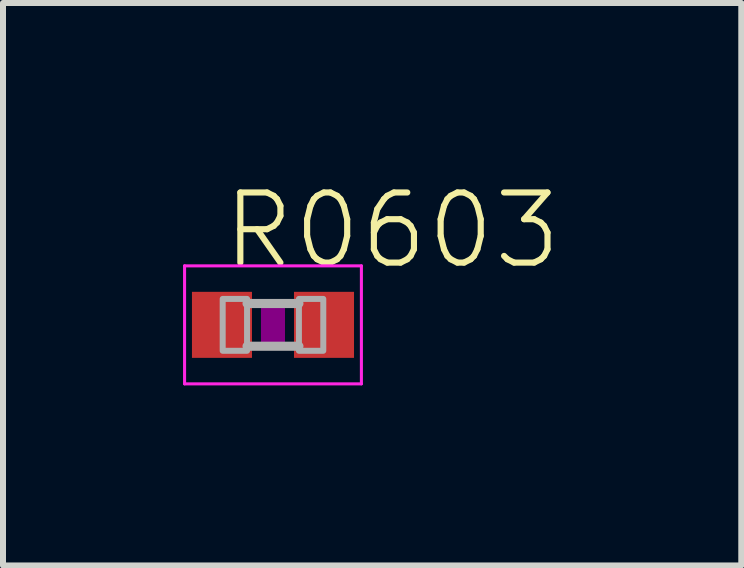
<source format=kicad_pcb>
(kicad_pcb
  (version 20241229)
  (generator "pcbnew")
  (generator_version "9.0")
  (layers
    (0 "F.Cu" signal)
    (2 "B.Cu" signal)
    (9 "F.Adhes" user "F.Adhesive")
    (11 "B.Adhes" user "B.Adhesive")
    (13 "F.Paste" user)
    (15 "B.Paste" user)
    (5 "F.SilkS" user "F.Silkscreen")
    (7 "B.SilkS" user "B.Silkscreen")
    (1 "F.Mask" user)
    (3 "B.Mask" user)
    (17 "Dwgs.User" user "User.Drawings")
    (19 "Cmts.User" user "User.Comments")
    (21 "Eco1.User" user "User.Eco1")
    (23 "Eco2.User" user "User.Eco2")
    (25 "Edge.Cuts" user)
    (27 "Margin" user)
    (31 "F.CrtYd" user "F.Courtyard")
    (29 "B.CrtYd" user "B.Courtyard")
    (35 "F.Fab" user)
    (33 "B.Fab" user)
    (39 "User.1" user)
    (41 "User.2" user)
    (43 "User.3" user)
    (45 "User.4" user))
  (footprint "R0603"
    (layer "F.Cu")
    (at 1.498 2.362)
    (property "Reference" "R0603" (at -0.889 -0.889 0) (layer "F.SilkS") (effects (font (size 1.168 1.168) (thickness 0.102)) (justify left bottom)))
    (fp_poly (pts (xy -0.2 0.4) (xy 0.2 0.4) (xy 0.2 -0.4) (xy -0.2 -0.4)) (stroke (width 0) (type solid)) (fill yes) (layer "F.Adhes"))
    (fp_line (start -1.473 -0.983) (end 1.473 -0.983) (stroke (width 0.051) (type solid)) (layer "F.CrtYd"))
    (fp_line (start -1.473 0.983) (end -1.473 -0.983) (stroke (width 0.051) (type solid)) (layer "F.CrtYd"))
    (fp_line (start 1.473 -0.983) (end 1.473 0.983) (stroke (width 0.051) (type solid)) (layer "F.CrtYd"))
    (fp_line (start 1.473 0.983) (end -1.473 0.983) (stroke (width 0.051) (type solid)) (layer "F.CrtYd"))
    (fp_line (start -0.432 0.356) (end 0.432 0.356) (stroke (width 0.152) (type solid)) (layer "F.Fab"))
    (fp_line (start 0.432 -0.356) (end -0.432 -0.356) (stroke (width 0.152) (type solid)) (layer "F.Fab"))
    (fp_poly (pts (xy -0.838 0.432) (xy -0.432 0.432) (xy -0.432 -0.432) (xy -0.838 -0.432)) (stroke (width 0.1) (type solid)) (fill no) (layer "F.Fab"))
    (fp_poly (pts (xy 0.432 0.432) (xy 0.838 0.432) (xy 0.838 -0.432) (xy 0.432 -0.432)) (stroke (width 0.1) (type solid)) (fill no) (layer "F.Fab"))
    (pad "1" smd rect (at -0.85 0) (size 1 1.1) (layers "F.Cu" "F.Mask" "F.Paste"))
    (pad "2" smd rect (at 0.85 0) (size 1 1.1) (layers "F.Cu" "F.Mask" "F.Paste")))
  (gr_rect
    (start -3 -3)
    (end 9.3 6.371)
    (stroke (width 0.1) (type default))
    (fill no)
    (layer "Edge.Cuts")))
</source>
